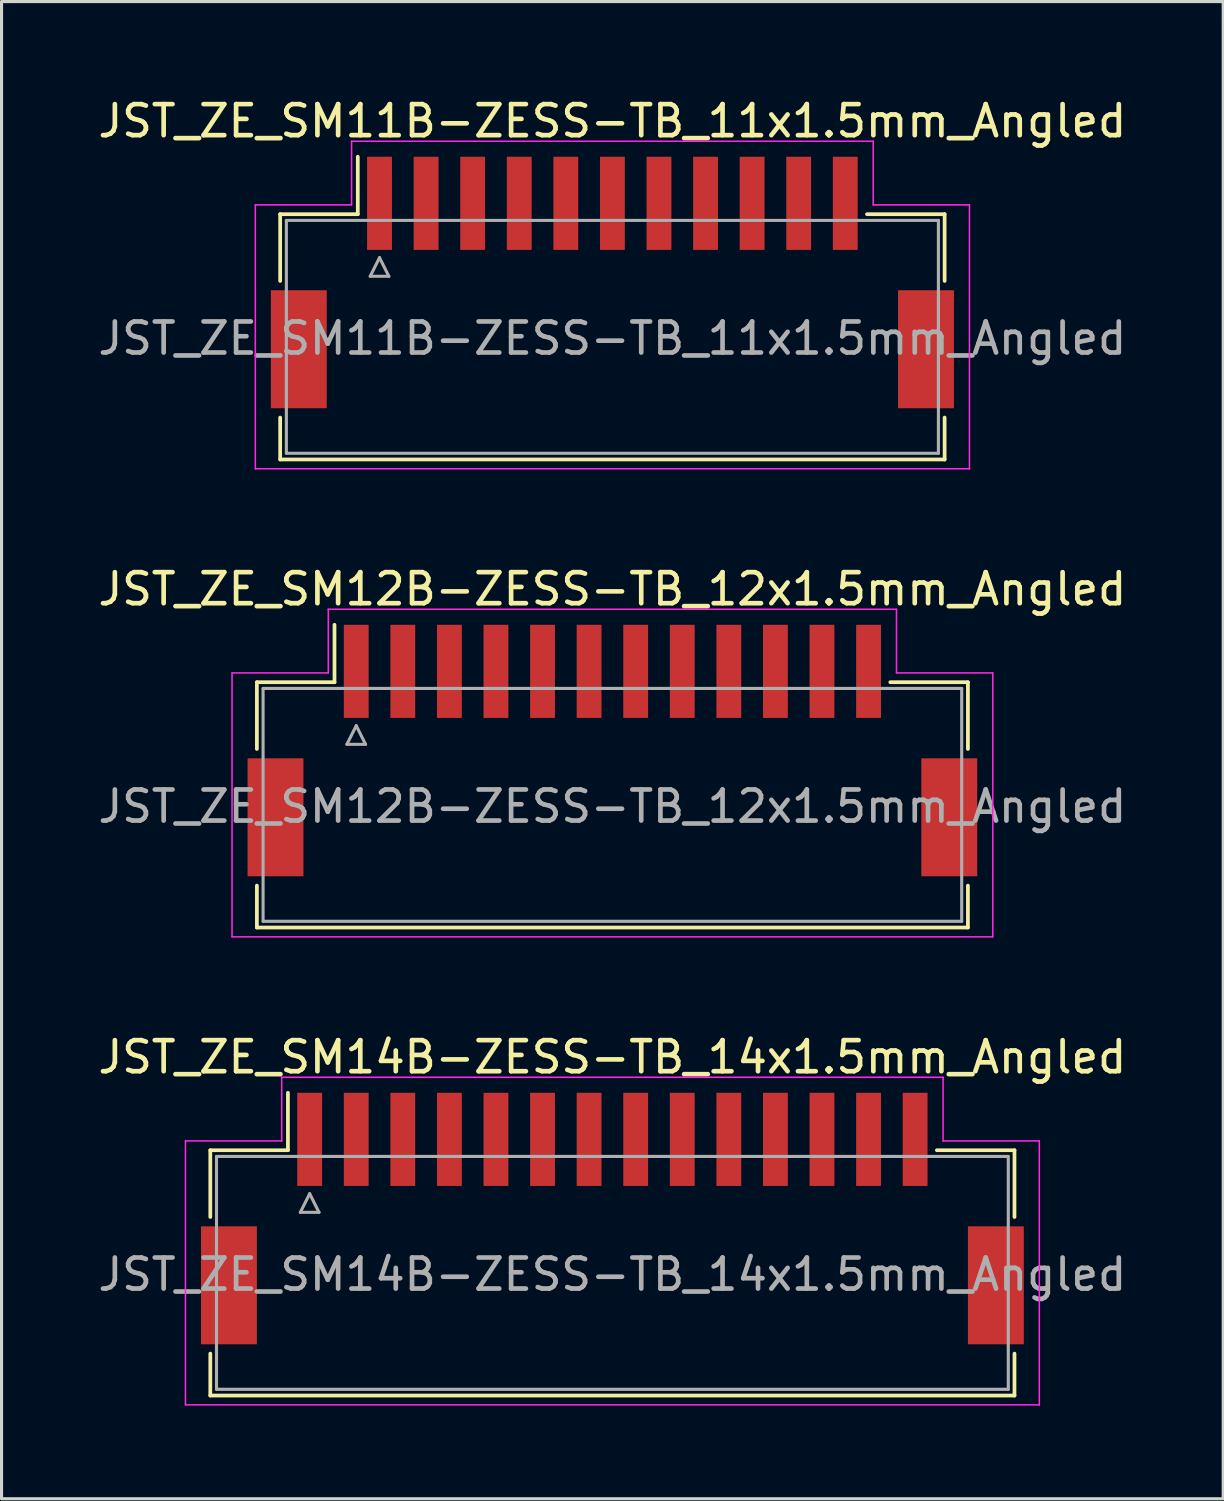
<source format=kicad_pcb>
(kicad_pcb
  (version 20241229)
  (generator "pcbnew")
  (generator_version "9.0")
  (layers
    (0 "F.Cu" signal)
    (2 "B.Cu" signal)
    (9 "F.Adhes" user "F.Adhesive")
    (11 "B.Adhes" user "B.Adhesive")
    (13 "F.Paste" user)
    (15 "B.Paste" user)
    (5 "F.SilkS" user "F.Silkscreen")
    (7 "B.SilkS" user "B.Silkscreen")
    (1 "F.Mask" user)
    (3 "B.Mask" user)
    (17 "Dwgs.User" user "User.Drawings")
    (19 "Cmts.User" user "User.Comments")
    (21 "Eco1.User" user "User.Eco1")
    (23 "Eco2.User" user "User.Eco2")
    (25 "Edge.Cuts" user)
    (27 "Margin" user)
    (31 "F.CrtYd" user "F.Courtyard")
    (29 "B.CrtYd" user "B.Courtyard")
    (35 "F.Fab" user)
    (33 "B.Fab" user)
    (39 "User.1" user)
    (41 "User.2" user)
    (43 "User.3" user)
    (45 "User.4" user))
  (footprint "JST_ZE_SM14B-ZESS-TB_14x1.5mm_Angled"
    (layer "F.Cu")
    (at 16.673 35.995)
    (property "Reference" "JST_ZE_SM14B-ZESS-TB_14x1.5mm_Angled" (at 0 -5 0) (layer "F.SilkS") (effects (font (size 1 1) (thickness 0.15))))
    (attr smd)
    (fp_line (start -12.95 -2) (end -10.45 -2) (stroke (width 0.12) (type solid)) (layer "F.SilkS"))
    (fp_line (start -12.95 0.15) (end -12.95 -2) (stroke (width 0.12) (type solid)) (layer "F.SilkS"))
    (fp_line (start -12.95 4.55) (end -12.95 5.9) (stroke (width 0.12) (type solid)) (layer "F.SilkS"))
    (fp_line (start -12.95 5.9) (end 12.95 5.9) (stroke (width 0.12) (type solid)) (layer "F.SilkS"))
    (fp_line (start -10.45 -2) (end -10.45 -3.85) (stroke (width 0.12) (type solid)) (layer "F.SilkS"))
    (fp_line (start 12.95 -2) (end 10.45 -2) (stroke (width 0.12) (type solid)) (layer "F.SilkS"))
    (fp_line (start 12.95 0.15) (end 12.95 -2) (stroke (width 0.12) (type solid)) (layer "F.SilkS"))
    (fp_line (start 12.95 5.9) (end 12.95 4.55) (stroke (width 0.12) (type solid)) (layer "F.SilkS"))
    (fp_line (start -13.75 -2.3) (end -13.75 6.2) (stroke (width 0.05) (type solid)) (layer "F.CrtYd"))
    (fp_line (start -13.75 6.2) (end 13.75 6.2) (stroke (width 0.05) (type solid)) (layer "F.CrtYd"))
    (fp_line (start -10.65 -4.35) (end -10.65 -2.3) (stroke (width 0.05) (type solid)) (layer "F.CrtYd"))
    (fp_line (start -10.65 -2.3) (end -13.75 -2.3) (stroke (width 0.05) (type solid)) (layer "F.CrtYd"))
    (fp_line (start 10.65 -4.35) (end -10.65 -4.35) (stroke (width 0.05) (type solid)) (layer "F.CrtYd"))
    (fp_line (start 10.65 -2.3) (end 10.65 -4.35) (stroke (width 0.05) (type solid)) (layer "F.CrtYd"))
    (fp_line (start 13.75 -2.3) (end 10.65 -2.3) (stroke (width 0.05) (type solid)) (layer "F.CrtYd"))
    (fp_line (start 13.75 6.2) (end 13.75 -2.3) (stroke (width 0.05) (type solid)) (layer "F.CrtYd"))
    (fp_line (start -12.75 -1.8) (end -12.75 5.7) (stroke (width 0.1) (type solid)) (layer "F.Fab"))
    (fp_line (start -12.75 5.7) (end 12.75 5.7) (stroke (width 0.1) (type solid)) (layer "F.Fab"))
    (fp_line (start -10.05 0) (end -9.45 0) (stroke (width 0.1) (type solid)) (layer "F.Fab"))
    (fp_line (start -9.75 -0.6) (end -10.05 0) (stroke (width 0.1) (type solid)) (layer "F.Fab"))
    (fp_line (start -9.45 0) (end -9.75 -0.6) (stroke (width 0.1) (type solid)) (layer "F.Fab"))
    (fp_line (start 12.75 -1.8) (end -12.75 -1.8) (stroke (width 0.1) (type solid)) (layer "F.Fab"))
    (fp_line (start 12.75 5.7) (end 12.75 -1.8) (stroke (width 0.1) (type solid)) (layer "F.Fab"))
    (fp_text user "${REFERENCE}" (at 0 2 0) (layer "F.Fab") (effects (font (size 1 1) (thickness 0.15))))
    (pad "" smd rect (at -12.35 2.35) (size 1.8 3.8) (layers "F.Cu" "F.Mask" "F.Paste"))
    (pad "" smd rect (at 12.35 2.35) (size 1.8 3.8) (layers "F.Cu" "F.Mask" "F.Paste"))
    (pad "1" smd rect (at -9.75 -2.35) (size 0.8 3) (layers "F.Cu" "F.Mask" "F.Paste"))
    (pad "2" smd rect (at -8.25 -2.35) (size 0.8 3) (layers "F.Cu" "F.Mask" "F.Paste"))
    (pad "3" smd rect (at -6.75 -2.35) (size 0.8 3) (layers "F.Cu" "F.Mask" "F.Paste"))
    (pad "4" smd rect (at -5.25 -2.35) (size 0.8 3) (layers "F.Cu" "F.Mask" "F.Paste"))
    (pad "5" smd rect (at -3.75 -2.35) (size 0.8 3) (layers "F.Cu" "F.Mask" "F.Paste"))
    (pad "6" smd rect (at -2.25 -2.35) (size 0.8 3) (layers "F.Cu" "F.Mask" "F.Paste"))
    (pad "7" smd rect (at -0.75 -2.35) (size 0.8 3) (layers "F.Cu" "F.Mask" "F.Paste"))
    (pad "8" smd rect (at 0.75 -2.35) (size 0.8 3) (layers "F.Cu" "F.Mask" "F.Paste"))
    (pad "9" smd rect (at 2.25 -2.35) (size 0.8 3) (layers "F.Cu" "F.Mask" "F.Paste"))
    (pad "10" smd rect (at 3.75 -2.35) (size 0.8 3) (layers "F.Cu" "F.Mask" "F.Paste"))
    (pad "11" smd rect (at 5.25 -2.35) (size 0.8 3) (layers "F.Cu" "F.Mask" "F.Paste"))
    (pad "12" smd rect (at 6.75 -2.35) (size 0.8 3) (layers "F.Cu" "F.Mask" "F.Paste"))
    (pad "13" smd rect (at 8.25 -2.35) (size 0.8 3) (layers "F.Cu" "F.Mask" "F.Paste"))
    (pad "14" smd rect (at 9.75 -2.35) (size 0.8 3) (layers "F.Cu" "F.Mask" "F.Paste")))
  (footprint "JST_ZE_SM11B-ZESS-TB_11x1.5mm_Angled"
    (layer "F.Cu")
    (at 16.673 5.848)
    (property "Reference" "JST_ZE_SM11B-ZESS-TB_11x1.5mm_Angled" (at 0 -5 0) (layer "F.SilkS") (effects (font (size 1 1) (thickness 0.15))))
    (attr smd)
    (fp_line (start -10.7 -2) (end -8.2 -2) (stroke (width 0.12) (type solid)) (layer "F.SilkS"))
    (fp_line (start -10.7 0.15) (end -10.7 -2) (stroke (width 0.12) (type solid)) (layer "F.SilkS"))
    (fp_line (start -10.7 4.55) (end -10.7 5.9) (stroke (width 0.12) (type solid)) (layer "F.SilkS"))
    (fp_line (start -10.7 5.9) (end 10.7 5.9) (stroke (width 0.12) (type solid)) (layer "F.SilkS"))
    (fp_line (start -8.2 -2) (end -8.2 -3.85) (stroke (width 0.12) (type solid)) (layer "F.SilkS"))
    (fp_line (start 10.7 -2) (end 8.2 -2) (stroke (width 0.12) (type solid)) (layer "F.SilkS"))
    (fp_line (start 10.7 0.15) (end 10.7 -2) (stroke (width 0.12) (type solid)) (layer "F.SilkS"))
    (fp_line (start 10.7 5.9) (end 10.7 4.55) (stroke (width 0.12) (type solid)) (layer "F.SilkS"))
    (fp_line (start -11.5 -2.3) (end -11.5 6.2) (stroke (width 0.05) (type solid)) (layer "F.CrtYd"))
    (fp_line (start -11.5 6.2) (end 11.5 6.2) (stroke (width 0.05) (type solid)) (layer "F.CrtYd"))
    (fp_line (start -8.4 -4.35) (end -8.4 -2.3) (stroke (width 0.05) (type solid)) (layer "F.CrtYd"))
    (fp_line (start -8.4 -2.3) (end -11.5 -2.3) (stroke (width 0.05) (type solid)) (layer "F.CrtYd"))
    (fp_line (start 8.4 -4.35) (end -8.4 -4.35) (stroke (width 0.05) (type solid)) (layer "F.CrtYd"))
    (fp_line (start 8.4 -2.3) (end 8.4 -4.35) (stroke (width 0.05) (type solid)) (layer "F.CrtYd"))
    (fp_line (start 11.5 -2.3) (end 8.4 -2.3) (stroke (width 0.05) (type solid)) (layer "F.CrtYd"))
    (fp_line (start 11.5 6.2) (end 11.5 -2.3) (stroke (width 0.05) (type solid)) (layer "F.CrtYd"))
    (fp_line (start -10.5 -1.8) (end -10.5 5.7) (stroke (width 0.1) (type solid)) (layer "F.Fab"))
    (fp_line (start -10.5 5.7) (end 10.5 5.7) (stroke (width 0.1) (type solid)) (layer "F.Fab"))
    (fp_line (start -7.8 0) (end -7.2 0) (stroke (width 0.1) (type solid)) (layer "F.Fab"))
    (fp_line (start -7.5 -0.6) (end -7.8 0) (stroke (width 0.1) (type solid)) (layer "F.Fab"))
    (fp_line (start -7.2 0) (end -7.5 -0.6) (stroke (width 0.1) (type solid)) (layer "F.Fab"))
    (fp_line (start 10.5 -1.8) (end -10.5 -1.8) (stroke (width 0.1) (type solid)) (layer "F.Fab"))
    (fp_line (start 10.5 5.7) (end 10.5 -1.8) (stroke (width 0.1) (type solid)) (layer "F.Fab"))
    (fp_text user "${REFERENCE}" (at 0 2 0) (layer "F.Fab") (effects (font (size 1 1) (thickness 0.15))))
    (pad "" smd rect (at -10.1 2.35) (size 1.8 3.8) (layers "F.Cu" "F.Mask" "F.Paste"))
    (pad "" smd rect (at 10.1 2.35) (size 1.8 3.8) (layers "F.Cu" "F.Mask" "F.Paste"))
    (pad "1" smd rect (at -7.5 -2.35) (size 0.8 3) (layers "F.Cu" "F.Mask" "F.Paste"))
    (pad "2" smd rect (at -6 -2.35) (size 0.8 3) (layers "F.Cu" "F.Mask" "F.Paste"))
    (pad "3" smd rect (at -4.5 -2.35) (size 0.8 3) (layers "F.Cu" "F.Mask" "F.Paste"))
    (pad "4" smd rect (at -3 -2.35) (size 0.8 3) (layers "F.Cu" "F.Mask" "F.Paste"))
    (pad "5" smd rect (at -1.5 -2.35) (size 0.8 3) (layers "F.Cu" "F.Mask" "F.Paste"))
    (pad "6" smd rect (at 0 -2.35) (size 0.8 3) (layers "F.Cu" "F.Mask" "F.Paste"))
    (pad "7" smd rect (at 1.5 -2.35) (size 0.8 3) (layers "F.Cu" "F.Mask" "F.Paste"))
    (pad "8" smd rect (at 3 -2.35) (size 0.8 3) (layers "F.Cu" "F.Mask" "F.Paste"))
    (pad "9" smd rect (at 4.5 -2.35) (size 0.8 3) (layers "F.Cu" "F.Mask" "F.Paste"))
    (pad "10" smd rect (at 6 -2.35) (size 0.8 3) (layers "F.Cu" "F.Mask" "F.Paste"))
    (pad "11" smd rect (at 7.5 -2.35) (size 0.8 3) (layers "F.Cu" "F.Mask" "F.Paste")))
  (footprint "JST_ZE_SM12B-ZESS-TB_12x1.5mm_Angled"
    (layer "F.Cu")
    (at 16.673 20.922)
    (property "Reference" "JST_ZE_SM12B-ZESS-TB_12x1.5mm_Angled" (at 0 -5 0) (layer "F.SilkS") (effects (font (size 1 1) (thickness 0.15))))
    (attr smd)
    (fp_line (start -11.45 -2) (end -8.95 -2) (stroke (width 0.12) (type solid)) (layer "F.SilkS"))
    (fp_line (start -11.45 0.15) (end -11.45 -2) (stroke (width 0.12) (type solid)) (layer "F.SilkS"))
    (fp_line (start -11.45 4.55) (end -11.45 5.9) (stroke (width 0.12) (type solid)) (layer "F.SilkS"))
    (fp_line (start -11.45 5.9) (end 11.45 5.9) (stroke (width 0.12) (type solid)) (layer "F.SilkS"))
    (fp_line (start -8.95 -2) (end -8.95 -3.85) (stroke (width 0.12) (type solid)) (layer "F.SilkS"))
    (fp_line (start 11.45 -2) (end 8.95 -2) (stroke (width 0.12) (type solid)) (layer "F.SilkS"))
    (fp_line (start 11.45 0.15) (end 11.45 -2) (stroke (width 0.12) (type solid)) (layer "F.SilkS"))
    (fp_line (start 11.45 5.9) (end 11.45 4.55) (stroke (width 0.12) (type solid)) (layer "F.SilkS"))
    (fp_line (start -12.25 -2.3) (end -12.25 6.2) (stroke (width 0.05) (type solid)) (layer "F.CrtYd"))
    (fp_line (start -12.25 6.2) (end 12.25 6.2) (stroke (width 0.05) (type solid)) (layer "F.CrtYd"))
    (fp_line (start -9.15 -4.35) (end -9.15 -2.3) (stroke (width 0.05) (type solid)) (layer "F.CrtYd"))
    (fp_line (start -9.15 -2.3) (end -12.25 -2.3) (stroke (width 0.05) (type solid)) (layer "F.CrtYd"))
    (fp_line (start 9.15 -4.35) (end -9.15 -4.35) (stroke (width 0.05) (type solid)) (layer "F.CrtYd"))
    (fp_line (start 9.15 -2.3) (end 9.15 -4.35) (stroke (width 0.05) (type solid)) (layer "F.CrtYd"))
    (fp_line (start 12.25 -2.3) (end 9.15 -2.3) (stroke (width 0.05) (type solid)) (layer "F.CrtYd"))
    (fp_line (start 12.25 6.2) (end 12.25 -2.3) (stroke (width 0.05) (type solid)) (layer "F.CrtYd"))
    (fp_line (start -11.25 -1.8) (end -11.25 5.7) (stroke (width 0.1) (type solid)) (layer "F.Fab"))
    (fp_line (start -11.25 5.7) (end 11.25 5.7) (stroke (width 0.1) (type solid)) (layer "F.Fab"))
    (fp_line (start -8.55 0) (end -7.95 0) (stroke (width 0.1) (type solid)) (layer "F.Fab"))
    (fp_line (start -8.25 -0.6) (end -8.55 0) (stroke (width 0.1) (type solid)) (layer "F.Fab"))
    (fp_line (start -7.95 0) (end -8.25 -0.6) (stroke (width 0.1) (type solid)) (layer "F.Fab"))
    (fp_line (start 11.25 -1.8) (end -11.25 -1.8) (stroke (width 0.1) (type solid)) (layer "F.Fab"))
    (fp_line (start 11.25 5.7) (end 11.25 -1.8) (stroke (width 0.1) (type solid)) (layer "F.Fab"))
    (fp_text user "${REFERENCE}" (at 0 2 0) (layer "F.Fab") (effects (font (size 1 1) (thickness 0.15))))
    (pad "" smd rect (at -10.85 2.35) (size 1.8 3.8) (layers "F.Cu" "F.Mask" "F.Paste"))
    (pad "" smd rect (at 10.85 2.35) (size 1.8 3.8) (layers "F.Cu" "F.Mask" "F.Paste"))
    (pad "1" smd rect (at -8.25 -2.35) (size 0.8 3) (layers "F.Cu" "F.Mask" "F.Paste"))
    (pad "2" smd rect (at -6.75 -2.35) (size 0.8 3) (layers "F.Cu" "F.Mask" "F.Paste"))
    (pad "3" smd rect (at -5.25 -2.35) (size 0.8 3) (layers "F.Cu" "F.Mask" "F.Paste"))
    (pad "4" smd rect (at -3.75 -2.35) (size 0.8 3) (layers "F.Cu" "F.Mask" "F.Paste"))
    (pad "5" smd rect (at -2.25 -2.35) (size 0.8 3) (layers "F.Cu" "F.Mask" "F.Paste"))
    (pad "6" smd rect (at -0.75 -2.35) (size 0.8 3) (layers "F.Cu" "F.Mask" "F.Paste"))
    (pad "7" smd rect (at 0.75 -2.35) (size 0.8 3) (layers "F.Cu" "F.Mask" "F.Paste"))
    (pad "8" smd rect (at 2.25 -2.35) (size 0.8 3) (layers "F.Cu" "F.Mask" "F.Paste"))
    (pad "9" smd rect (at 3.75 -2.35) (size 0.8 3) (layers "F.Cu" "F.Mask" "F.Paste"))
    (pad "10" smd rect (at 5.25 -2.35) (size 0.8 3) (layers "F.Cu" "F.Mask" "F.Paste"))
    (pad "11" smd rect (at 6.75 -2.35) (size 0.8 3) (layers "F.Cu" "F.Mask" "F.Paste"))
    (pad "12" smd rect (at 8.25 -2.35) (size 0.8 3) (layers "F.Cu" "F.Mask" "F.Paste")))
  (gr_rect
    (start -3 -3)
    (end 36.345 45.22)
    (stroke (width 0.1) (type default))
    (fill no)
    (layer "Edge.Cuts")))
</source>
